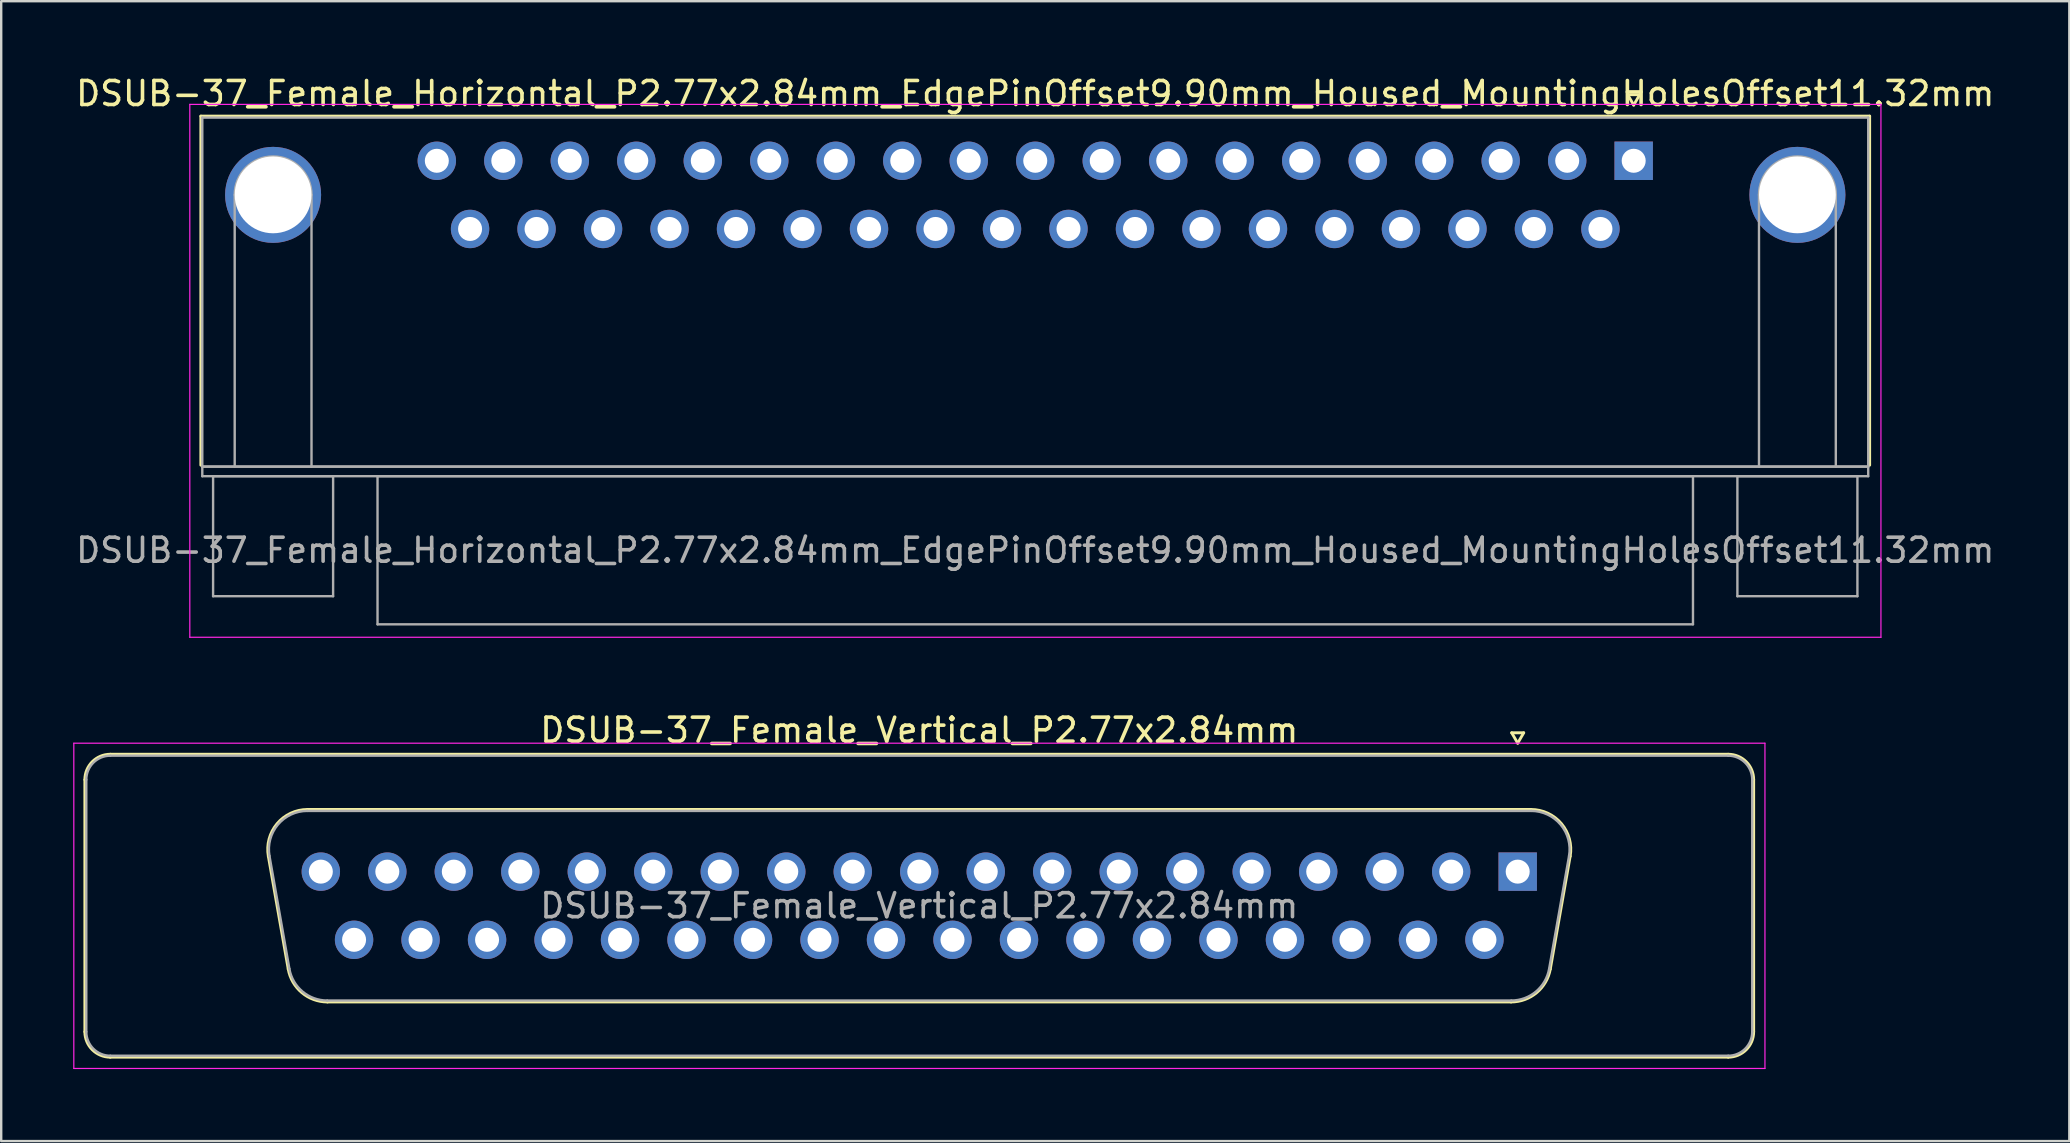
<source format=kicad_pcb>
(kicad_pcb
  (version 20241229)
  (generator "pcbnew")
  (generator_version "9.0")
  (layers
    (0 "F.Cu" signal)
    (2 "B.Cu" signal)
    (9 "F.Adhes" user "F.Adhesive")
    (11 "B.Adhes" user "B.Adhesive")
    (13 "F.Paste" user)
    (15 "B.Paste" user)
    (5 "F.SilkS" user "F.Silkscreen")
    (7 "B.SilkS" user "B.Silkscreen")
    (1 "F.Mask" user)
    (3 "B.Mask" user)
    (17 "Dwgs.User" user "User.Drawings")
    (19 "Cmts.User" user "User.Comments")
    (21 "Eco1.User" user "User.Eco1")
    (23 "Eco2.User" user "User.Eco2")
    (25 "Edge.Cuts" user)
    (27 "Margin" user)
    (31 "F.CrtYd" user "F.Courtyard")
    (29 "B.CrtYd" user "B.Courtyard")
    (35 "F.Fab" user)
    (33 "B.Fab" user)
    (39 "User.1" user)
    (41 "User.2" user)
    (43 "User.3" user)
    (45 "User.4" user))
  (footprint "DSUB-37_Female_Vertical_P2.77x2.84mm"
    (layer "F.Cu")
    (at 60.175 33.261)
    (property "Reference" "DSUB-37_Female_Vertical_P2.77x2.84mm" (at -24.93 -5.89 0) (layer "F.SilkS") (effects (font (size 1 1) (thickness 0.15))))
    (attr through_hole)
    (fp_line (start -59.69 6.67) (end -59.69 -3.83) (stroke (width 0.12) (type solid)) (layer "F.SilkS"))
    (fp_line (start -58.63 -4.89) (end 8.77 -4.89) (stroke (width 0.12) (type solid)) (layer "F.SilkS"))
    (fp_line (start -52.046 -0.642) (end -51.218 4.058) (stroke (width 0.12) (type solid)) (layer "F.SilkS"))
    (fp_line (start -50.412 -2.59) (end 0.552 -2.59) (stroke (width 0.12) (type solid)) (layer "F.SilkS"))
    (fp_line (start -49.583 5.43) (end -0.277 5.43) (stroke (width 0.12) (type solid)) (layer "F.SilkS"))
    (fp_line (start -0.25 -5.784) (end 0.25 -5.784) (stroke (width 0.12) (type solid)) (layer "F.SilkS"))
    (fp_line (start 0 -5.351) (end -0.25 -5.784) (stroke (width 0.12) (type solid)) (layer "F.SilkS"))
    (fp_line (start 0.25 -5.784) (end 0 -5.351) (stroke (width 0.12) (type solid)) (layer "F.SilkS"))
    (fp_line (start 2.186 -0.642) (end 1.358 4.058) (stroke (width 0.12) (type solid)) (layer "F.SilkS"))
    (fp_line (start 8.77 7.73) (end -58.63 7.73) (stroke (width 0.12) (type solid)) (layer "F.SilkS"))
    (fp_line (start 9.83 -3.83) (end 9.83 6.67) (stroke (width 0.12) (type solid)) (layer "F.SilkS"))
    (fp_arc (start -59.69 -3.83) (mid -59.379533 -4.579533) (end -58.63 -4.89) (stroke (width 0.12) (type solid)) (layer "F.SilkS"))
    (fp_arc (start -58.63 7.73) (mid -59.379533 7.419533) (end -59.69 6.67) (stroke (width 0.12) (type solid)) (layer "F.SilkS"))
    (fp_arc (start -52.04647 -0.641744) (mid -51.683323 -1.997028) (end -50.411689 -2.59) (stroke (width 0.12) (type solid)) (layer "F.SilkS"))
    (fp_arc (start -49.582952 5.43) (mid -50.649979 5.041634) (end -51.217733 4.058256) (stroke (width 0.12) (type solid)) (layer "F.SilkS"))
    (fp_arc (start 0.551689 -2.59) (mid 1.823323 -1.997027) (end 2.18647 -0.641744) (stroke (width 0.12) (type solid)) (layer "F.SilkS"))
    (fp_arc (start 1.357733 4.058256) (mid 0.78998 5.041634) (end -0.277048 5.43) (stroke (width 0.12) (type solid)) (layer "F.SilkS"))
    (fp_arc (start 8.77 -4.89) (mid 9.519533 -4.579533) (end 9.83 -3.83) (stroke (width 0.12) (type solid)) (layer "F.SilkS"))
    (fp_arc (start 9.83 6.67) (mid 9.519533 7.419533) (end 8.77 7.73) (stroke (width 0.12) (type solid)) (layer "F.SilkS"))
    (fp_line (start -60.15 -5.35) (end -60.15 8.2) (stroke (width 0.05) (type solid)) (layer "F.CrtYd"))
    (fp_line (start -60.15 8.2) (end 10.3 8.2) (stroke (width 0.05) (type solid)) (layer "F.CrtYd"))
    (fp_line (start 10.3 -5.35) (end -60.15 -5.35) (stroke (width 0.05) (type solid)) (layer "F.CrtYd"))
    (fp_line (start 10.3 8.2) (end 10.3 -5.35) (stroke (width 0.05) (type solid)) (layer "F.CrtYd"))
    (fp_line (start -59.63 6.67) (end -59.63 -3.83) (stroke (width 0.1) (type solid)) (layer "F.Fab"))
    (fp_line (start -58.63 -4.83) (end 8.77 -4.83) (stroke (width 0.1) (type solid)) (layer "F.Fab"))
    (fp_line (start -51.999 -0.652) (end -51.17 4.048) (stroke (width 0.1) (type solid)) (layer "F.Fab"))
    (fp_line (start -50.423 -2.53) (end 0.563 -2.53) (stroke (width 0.1) (type solid)) (layer "F.Fab"))
    (fp_line (start -49.594 5.37) (end -0.266 5.37) (stroke (width 0.1) (type solid)) (layer "F.Fab"))
    (fp_line (start 2.139 -0.652) (end 1.31 4.048) (stroke (width 0.1) (type solid)) (layer "F.Fab"))
    (fp_line (start 8.77 7.67) (end -58.63 7.67) (stroke (width 0.1) (type solid)) (layer "F.Fab"))
    (fp_line (start 9.77 -3.83) (end 9.77 6.67) (stroke (width 0.1) (type solid)) (layer "F.Fab"))
    (fp_arc (start -59.63 -3.83) (mid -59.337107 -4.537107) (end -58.63 -4.83) (stroke (width 0.1) (type solid)) (layer "F.Fab"))
    (fp_arc (start -58.63 7.67) (mid -59.337107 7.377107) (end -59.63 6.67) (stroke (width 0.1) (type solid)) (layer "F.Fab"))
    (fp_arc (start -51.998886 -0.652163) (mid -51.648865 -1.95846) (end -50.423194 -2.53) (stroke (width 0.1) (type solid)) (layer "F.Fab"))
    (fp_arc (start -49.594457 5.37) (mid -50.622917 4.995671) (end -51.170149 4.047837) (stroke (width 0.1) (type solid)) (layer "F.Fab"))
    (fp_arc (start 0.563194 -2.53) (mid 1.788865 -1.95846) (end 2.138886 -0.652163) (stroke (width 0.1) (type solid)) (layer "F.Fab"))
    (fp_arc (start 1.310149 4.047837) (mid 0.762917 4.995671) (end -0.265543 5.37) (stroke (width 0.1) (type solid)) (layer "F.Fab"))
    (fp_arc (start 8.77 -4.83) (mid 9.477107 -4.537107) (end 9.77 -3.83) (stroke (width 0.1) (type solid)) (layer "F.Fab"))
    (fp_arc (start 9.77 6.67) (mid 9.477107 7.377107) (end 8.77 7.67) (stroke (width 0.1) (type solid)) (layer "F.Fab"))
    (fp_text user "${REFERENCE}" (at -24.93 1.42 0) (layer "F.Fab") (effects (font (size 1 1) (thickness 0.15))))
    (pad "1" thru_hole rect (at 0 0) (size 1.6 1.6) (drill 1) (layers "*.Cu" "*.Mask"))
    (pad "2" thru_hole circle (at -2.77 0) (size 1.6 1.6) (drill 1) (layers "*.Cu" "*.Mask"))
    (pad "3" thru_hole circle (at -5.54 0) (size 1.6 1.6) (drill 1) (layers "*.Cu" "*.Mask"))
    (pad "4" thru_hole circle (at -8.31 0) (size 1.6 1.6) (drill 1) (layers "*.Cu" "*.Mask"))
    (pad "5" thru_hole circle (at -11.08 0) (size 1.6 1.6) (drill 1) (layers "*.Cu" "*.Mask"))
    (pad "6" thru_hole circle (at -13.85 0) (size 1.6 1.6) (drill 1) (layers "*.Cu" "*.Mask"))
    (pad "7" thru_hole circle (at -16.62 0) (size 1.6 1.6) (drill 1) (layers "*.Cu" "*.Mask"))
    (pad "8" thru_hole circle (at -19.39 0) (size 1.6 1.6) (drill 1) (layers "*.Cu" "*.Mask"))
    (pad "9" thru_hole circle (at -22.16 0) (size 1.6 1.6) (drill 1) (layers "*.Cu" "*.Mask"))
    (pad "10" thru_hole circle (at -24.93 0) (size 1.6 1.6) (drill 1) (layers "*.Cu" "*.Mask"))
    (pad "11" thru_hole circle (at -27.7 0) (size 1.6 1.6) (drill 1) (layers "*.Cu" "*.Mask"))
    (pad "12" thru_hole circle (at -30.47 0) (size 1.6 1.6) (drill 1) (layers "*.Cu" "*.Mask"))
    (pad "13" thru_hole circle (at -33.24 0) (size 1.6 1.6) (drill 1) (layers "*.Cu" "*.Mask"))
    (pad "14" thru_hole circle (at -36.01 0) (size 1.6 1.6) (drill 1) (layers "*.Cu" "*.Mask"))
    (pad "15" thru_hole circle (at -38.78 0) (size 1.6 1.6) (drill 1) (layers "*.Cu" "*.Mask"))
    (pad "16" thru_hole circle (at -41.55 0) (size 1.6 1.6) (drill 1) (layers "*.Cu" "*.Mask"))
    (pad "17" thru_hole circle (at -44.32 0) (size 1.6 1.6) (drill 1) (layers "*.Cu" "*.Mask"))
    (pad "18" thru_hole circle (at -47.09 0) (size 1.6 1.6) (drill 1) (layers "*.Cu" "*.Mask"))
    (pad "19" thru_hole circle (at -49.86 0) (size 1.6 1.6) (drill 1) (layers "*.Cu" "*.Mask"))
    (pad "20" thru_hole circle (at -1.385 2.84) (size 1.6 1.6) (drill 1) (layers "*.Cu" "*.Mask"))
    (pad "21" thru_hole circle (at -4.155 2.84) (size 1.6 1.6) (drill 1) (layers "*.Cu" "*.Mask"))
    (pad "22" thru_hole circle (at -6.925 2.84) (size 1.6 1.6) (drill 1) (layers "*.Cu" "*.Mask"))
    (pad "23" thru_hole circle (at -9.695 2.84) (size 1.6 1.6) (drill 1) (layers "*.Cu" "*.Mask"))
    (pad "24" thru_hole circle (at -12.465 2.84) (size 1.6 1.6) (drill 1) (layers "*.Cu" "*.Mask"))
    (pad "25" thru_hole circle (at -15.235 2.84) (size 1.6 1.6) (drill 1) (layers "*.Cu" "*.Mask"))
    (pad "26" thru_hole circle (at -18.005 2.84) (size 1.6 1.6) (drill 1) (layers "*.Cu" "*.Mask"))
    (pad "27" thru_hole circle (at -20.775 2.84) (size 1.6 1.6) (drill 1) (layers "*.Cu" "*.Mask"))
    (pad "28" thru_hole circle (at -23.545 2.84) (size 1.6 1.6) (drill 1) (layers "*.Cu" "*.Mask"))
    (pad "29" thru_hole circle (at -26.315 2.84) (size 1.6 1.6) (drill 1) (layers "*.Cu" "*.Mask"))
    (pad "30" thru_hole circle (at -29.085 2.84) (size 1.6 1.6) (drill 1) (layers "*.Cu" "*.Mask"))
    (pad "31" thru_hole circle (at -31.855 2.84) (size 1.6 1.6) (drill 1) (layers "*.Cu" "*.Mask"))
    (pad "32" thru_hole circle (at -34.625 2.84) (size 1.6 1.6) (drill 1) (layers "*.Cu" "*.Mask"))
    (pad "33" thru_hole circle (at -37.395 2.84) (size 1.6 1.6) (drill 1) (layers "*.Cu" "*.Mask"))
    (pad "34" thru_hole circle (at -40.165 2.84) (size 1.6 1.6) (drill 1) (layers "*.Cu" "*.Mask"))
    (pad "35" thru_hole circle (at -42.935 2.84) (size 1.6 1.6) (drill 1) (layers "*.Cu" "*.Mask"))
    (pad "36" thru_hole circle (at -45.705 2.84) (size 1.6 1.6) (drill 1) (layers "*.Cu" "*.Mask"))
    (pad "37" thru_hole circle (at -48.475 2.84) (size 1.6 1.6) (drill 1) (layers "*.Cu" "*.Mask")))
  (footprint "DSUB-37_Female_Horizontal_P2.77x2.84mm_EdgePinOffset9.90mm_Housed_MountingHolesOffset11.32mm"
    (layer "F.Cu")
    (at 65.007 3.648)
    (property "Reference" "DSUB-37_Female_Horizontal_P2.77x2.84mm_EdgePinOffset9.90mm_Housed_MountingHolesOffset11.32mm" (at -24.93 -2.8 0) (layer "F.SilkS") (effects (font (size 1 1) (thickness 0.15))))
    (attr through_hole)
    (fp_line (start -59.69 -1.86) (end 9.83 -1.86) (stroke (width 0.12) (type solid)) (layer "F.SilkS"))
    (fp_line (start -59.69 12.68) (end -59.69 -1.86) (stroke (width 0.12) (type solid)) (layer "F.SilkS"))
    (fp_line (start -0.25 -2.754) (end 0.25 -2.754) (stroke (width 0.12) (type solid)) (layer "F.SilkS"))
    (fp_line (start 0 -2.321) (end -0.25 -2.754) (stroke (width 0.12) (type solid)) (layer "F.SilkS"))
    (fp_line (start 0.25 -2.754) (end 0 -2.321) (stroke (width 0.12) (type solid)) (layer "F.SilkS"))
    (fp_line (start 9.83 -1.86) (end 9.83 12.68) (stroke (width 0.12) (type solid)) (layer "F.SilkS"))
    (fp_line (start -60.15 -2.35) (end -60.15 19.85) (stroke (width 0.05) (type solid)) (layer "F.CrtYd"))
    (fp_line (start -60.15 19.85) (end 10.3 19.85) (stroke (width 0.05) (type solid)) (layer "F.CrtYd"))
    (fp_line (start 10.3 -2.35) (end -60.15 -2.35) (stroke (width 0.05) (type solid)) (layer "F.CrtYd"))
    (fp_line (start 10.3 19.85) (end 10.3 -2.35) (stroke (width 0.05) (type solid)) (layer "F.CrtYd"))
    (fp_line (start -59.63 -1.8) (end -59.63 12.74) (stroke (width 0.1) (type solid)) (layer "F.Fab"))
    (fp_line (start -59.63 12.74) (end -59.63 13.14) (stroke (width 0.1) (type solid)) (layer "F.Fab"))
    (fp_line (start -59.63 12.74) (end 9.77 12.74) (stroke (width 0.1) (type solid)) (layer "F.Fab"))
    (fp_line (start -59.63 13.14) (end 9.77 13.14) (stroke (width 0.1) (type solid)) (layer "F.Fab"))
    (fp_line (start -59.18 13.14) (end -59.18 18.14) (stroke (width 0.1) (type solid)) (layer "F.Fab"))
    (fp_line (start -59.18 18.14) (end -54.18 18.14) (stroke (width 0.1) (type solid)) (layer "F.Fab"))
    (fp_line (start -58.28 12.74) (end -58.28 1.42) (stroke (width 0.1) (type solid)) (layer "F.Fab"))
    (fp_line (start -55.08 12.74) (end -55.08 1.42) (stroke (width 0.1) (type solid)) (layer "F.Fab"))
    (fp_line (start -54.18 13.14) (end -59.18 13.14) (stroke (width 0.1) (type solid)) (layer "F.Fab"))
    (fp_line (start -54.18 18.14) (end -54.18 13.14) (stroke (width 0.1) (type solid)) (layer "F.Fab"))
    (fp_line (start -52.33 13.14) (end -52.33 19.31) (stroke (width 0.1) (type solid)) (layer "F.Fab"))
    (fp_line (start -52.33 19.31) (end 2.47 19.31) (stroke (width 0.1) (type solid)) (layer "F.Fab"))
    (fp_line (start 2.47 13.14) (end -52.33 13.14) (stroke (width 0.1) (type solid)) (layer "F.Fab"))
    (fp_line (start 2.47 19.31) (end 2.47 13.14) (stroke (width 0.1) (type solid)) (layer "F.Fab"))
    (fp_line (start 4.32 13.14) (end 4.32 18.14) (stroke (width 0.1) (type solid)) (layer "F.Fab"))
    (fp_line (start 4.32 18.14) (end 9.32 18.14) (stroke (width 0.1) (type solid)) (layer "F.Fab"))
    (fp_line (start 5.22 12.74) (end 5.22 1.42) (stroke (width 0.1) (type solid)) (layer "F.Fab"))
    (fp_line (start 8.42 12.74) (end 8.42 1.42) (stroke (width 0.1) (type solid)) (layer "F.Fab"))
    (fp_line (start 9.32 13.14) (end 4.32 13.14) (stroke (width 0.1) (type solid)) (layer "F.Fab"))
    (fp_line (start 9.32 18.14) (end 9.32 13.14) (stroke (width 0.1) (type solid)) (layer "F.Fab"))
    (fp_line (start 9.77 -1.8) (end -59.63 -1.8) (stroke (width 0.1) (type solid)) (layer "F.Fab"))
    (fp_line (start 9.77 12.74) (end -59.63 12.74) (stroke (width 0.1) (type solid)) (layer "F.Fab"))
    (fp_line (start 9.77 12.74) (end 9.77 -1.8) (stroke (width 0.1) (type solid)) (layer "F.Fab"))
    (fp_line (start 9.77 13.14) (end 9.77 12.74) (stroke (width 0.1) (type solid)) (layer "F.Fab"))
    (fp_arc (start -58.28 1.42) (mid -56.68 -0.18) (end -55.08 1.42) (stroke (width 0.1) (type solid)) (layer "F.Fab"))
    (fp_arc (start 5.22 1.42) (mid 6.82 -0.18) (end 8.42 1.42) (stroke (width 0.1) (type solid)) (layer "F.Fab"))
    (fp_text user "${REFERENCE}" (at -24.93 16.225 0) (layer "F.Fab") (effects (font (size 1 1) (thickness 0.15))))
    (pad "0" thru_hole circle (at -56.68 1.42) (size 4 4) (drill 3.2) (layers "*.Cu" "*.Mask"))
    (pad "0" thru_hole circle (at 6.82 1.42) (size 4 4) (drill 3.2) (layers "*.Cu" "*.Mask"))
    (pad "1" thru_hole rect (at 0 0) (size 1.6 1.6) (drill 1) (layers "*.Cu" "*.Mask"))
    (pad "2" thru_hole circle (at -2.77 0) (size 1.6 1.6) (drill 1) (layers "*.Cu" "*.Mask"))
    (pad "3" thru_hole circle (at -5.54 0) (size 1.6 1.6) (drill 1) (layers "*.Cu" "*.Mask"))
    (pad "4" thru_hole circle (at -8.31 0) (size 1.6 1.6) (drill 1) (layers "*.Cu" "*.Mask"))
    (pad "5" thru_hole circle (at -11.08 0) (size 1.6 1.6) (drill 1) (layers "*.Cu" "*.Mask"))
    (pad "6" thru_hole circle (at -13.85 0) (size 1.6 1.6) (drill 1) (layers "*.Cu" "*.Mask"))
    (pad "7" thru_hole circle (at -16.62 0) (size 1.6 1.6) (drill 1) (layers "*.Cu" "*.Mask"))
    (pad "8" thru_hole circle (at -19.39 0) (size 1.6 1.6) (drill 1) (layers "*.Cu" "*.Mask"))
    (pad "9" thru_hole circle (at -22.16 0) (size 1.6 1.6) (drill 1) (layers "*.Cu" "*.Mask"))
    (pad "10" thru_hole circle (at -24.93 0) (size 1.6 1.6) (drill 1) (layers "*.Cu" "*.Mask"))
    (pad "11" thru_hole circle (at -27.7 0) (size 1.6 1.6) (drill 1) (layers "*.Cu" "*.Mask"))
    (pad "12" thru_hole circle (at -30.47 0) (size 1.6 1.6) (drill 1) (layers "*.Cu" "*.Mask"))
    (pad "13" thru_hole circle (at -33.24 0) (size 1.6 1.6) (drill 1) (layers "*.Cu" "*.Mask"))
    (pad "14" thru_hole circle (at -36.01 0) (size 1.6 1.6) (drill 1) (layers "*.Cu" "*.Mask"))
    (pad "15" thru_hole circle (at -38.78 0) (size 1.6 1.6) (drill 1) (layers "*.Cu" "*.Mask"))
    (pad "16" thru_hole circle (at -41.55 0) (size 1.6 1.6) (drill 1) (layers "*.Cu" "*.Mask"))
    (pad "17" thru_hole circle (at -44.32 0) (size 1.6 1.6) (drill 1) (layers "*.Cu" "*.Mask"))
    (pad "18" thru_hole circle (at -47.09 0) (size 1.6 1.6) (drill 1) (layers "*.Cu" "*.Mask"))
    (pad "19" thru_hole circle (at -49.86 0) (size 1.6 1.6) (drill 1) (layers "*.Cu" "*.Mask"))
    (pad "20" thru_hole circle (at -1.385 2.84) (size 1.6 1.6) (drill 1) (layers "*.Cu" "*.Mask"))
    (pad "21" thru_hole circle (at -4.155 2.84) (size 1.6 1.6) (drill 1) (layers "*.Cu" "*.Mask"))
    (pad "22" thru_hole circle (at -6.925 2.84) (size 1.6 1.6) (drill 1) (layers "*.Cu" "*.Mask"))
    (pad "23" thru_hole circle (at -9.695 2.84) (size 1.6 1.6) (drill 1) (layers "*.Cu" "*.Mask"))
    (pad "24" thru_hole circle (at -12.465 2.84) (size 1.6 1.6) (drill 1) (layers "*.Cu" "*.Mask"))
    (pad "25" thru_hole circle (at -15.235 2.84) (size 1.6 1.6) (drill 1) (layers "*.Cu" "*.Mask"))
    (pad "26" thru_hole circle (at -18.005 2.84) (size 1.6 1.6) (drill 1) (layers "*.Cu" "*.Mask"))
    (pad "27" thru_hole circle (at -20.775 2.84) (size 1.6 1.6) (drill 1) (layers "*.Cu" "*.Mask"))
    (pad "28" thru_hole circle (at -23.545 2.84) (size 1.6 1.6) (drill 1) (layers "*.Cu" "*.Mask"))
    (pad "29" thru_hole circle (at -26.315 2.84) (size 1.6 1.6) (drill 1) (layers "*.Cu" "*.Mask"))
    (pad "30" thru_hole circle (at -29.085 2.84) (size 1.6 1.6) (drill 1) (layers "*.Cu" "*.Mask"))
    (pad "31" thru_hole circle (at -31.855 2.84) (size 1.6 1.6) (drill 1) (layers "*.Cu" "*.Mask"))
    (pad "32" thru_hole circle (at -34.625 2.84) (size 1.6 1.6) (drill 1) (layers "*.Cu" "*.Mask"))
    (pad "33" thru_hole circle (at -37.395 2.84) (size 1.6 1.6) (drill 1) (layers "*.Cu" "*.Mask"))
    (pad "34" thru_hole circle (at -40.165 2.84) (size 1.6 1.6) (drill 1) (layers "*.Cu" "*.Mask"))
    (pad "35" thru_hole circle (at -42.935 2.84) (size 1.6 1.6) (drill 1) (layers "*.Cu" "*.Mask"))
    (pad "36" thru_hole circle (at -45.705 2.84) (size 1.6 1.6) (drill 1) (layers "*.Cu" "*.Mask"))
    (pad "37" thru_hole circle (at -48.475 2.84) (size 1.6 1.6) (drill 1) (layers "*.Cu" "*.Mask")))
  (gr_rect
    (start -3 -3)
    (end 83.155 44.486)
    (stroke (width 0.1) (type default))
    (fill no)
    (layer "Edge.Cuts")))
</source>
